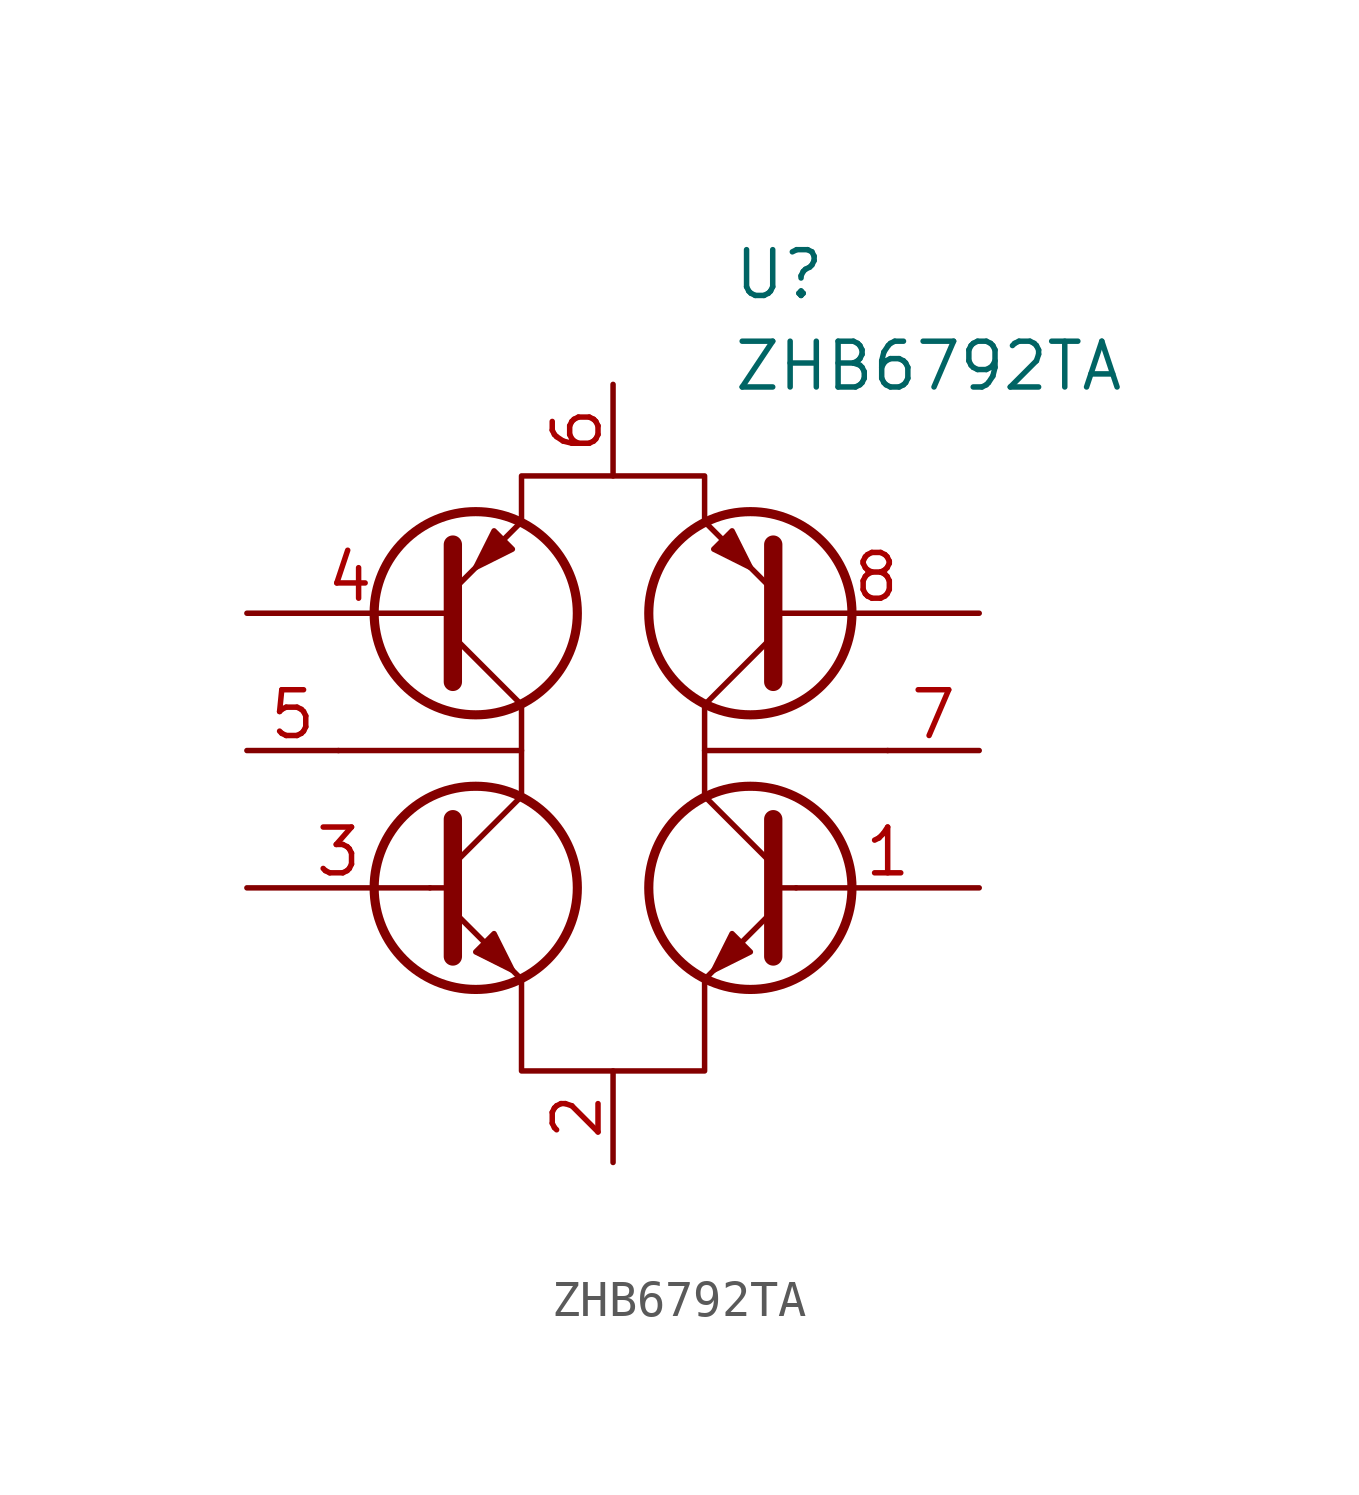
<source format=kicad_sym>
(kicad_symbol_lib
  (version 20231120)
  (generator "kicad_symbol_editor")
  (generator_version "8.0")
  (symbol "ZHB6792TA"
    (pin_names
      (offset 0) hide)
    (property "Reference" "U"
      (at 3.302 13.208 0)
      (effects (font (size 1.27 1.27)) (justify left)))
    (property "Value" "ZHB6792TA"
      (at 3.302 10.668 0)
      (effects (font (size 1.27 1.27)) (justify left)))
    (symbol "ZHB6792TA_0_1"
      (circle (center -3.81 -3.81) (radius 2.819) (stroke (width 0.254) (type default)) (fill (type none)))
      (circle (center -3.81 3.81) (radius 2.819) (stroke (width 0.254) (type default)) (fill (type none)))
      (polyline (pts (xy -7.62 0) (xy -2.54 0)) (stroke (width 0) (type default)) (fill (type none)))
      (polyline (pts (xy -5.08 -3.81) (xy -4.445 -3.81)) (stroke (width 0) (type default)) (fill (type none)))
      (polyline (pts (xy -4.445 -3.175) (xy -2.54 -1.27)) (stroke (width 0) (type default)) (fill (type none)))
      (polyline (pts (xy -4.445 3.175) (xy -2.54 1.27)) (stroke (width 0) (type default)) (fill (type none)))
      (polyline (pts (xy -2.54 1.27) (xy -2.54 -1.27)) (stroke (width 0) (type default)) (fill (type none)))
      (polyline (pts (xy 2.54 1.27) (xy 2.54 -1.27)) (stroke (width 0) (type default)) (fill (type none)))
      (polyline (pts (xy 4.445 -3.175) (xy 2.54 -1.27)) (stroke (width 0) (type default)) (fill (type none)))
      (polyline (pts (xy 4.445 3.175) (xy 2.54 1.27)) (stroke (width 0) (type default)) (fill (type none)))
      (polyline (pts (xy 5.08 -3.81) (xy 4.445 -3.81)) (stroke (width 0) (type default)) (fill (type none)))
      (polyline (pts (xy 7.62 0) (xy 2.54 0)) (stroke (width 0) (type default)) (fill (type none)))
      (polyline (pts (xy -4.445 -4.445) (xy -2.54 -6.35) (xy -2.54 -6.35)) (stroke (width 0) (type default)) (fill (type none)))
      (polyline (pts (xy -4.445 -1.905) (xy -4.445 -5.715) (xy -4.445 -5.715)) (stroke (width 0.508) (type default)) (fill (type none)))
      (polyline (pts (xy -4.445 1.905) (xy -4.445 5.715) (xy -4.445 5.715)) (stroke (width 0.508) (type default)) (fill (type none)))
      (polyline (pts (xy -4.445 4.445) (xy -2.54 6.35) (xy -2.54 6.35)) (stroke (width 0) (type default)) (fill (type none)))
      (polyline (pts (xy 4.445 -4.445) (xy 2.54 -6.35) (xy 2.54 -6.35)) (stroke (width 0) (type default)) (fill (type none)))
      (polyline (pts (xy 4.445 -1.905) (xy 4.445 -5.715) (xy 4.445 -5.715)) (stroke (width 0.508) (type default)) (fill (type none)))
      (polyline (pts (xy 4.445 1.905) (xy 4.445 5.715) (xy 4.445 5.715)) (stroke (width 0.508) (type default)) (fill (type none)))
      (polyline (pts (xy 4.445 4.445) (xy 2.54 6.35) (xy 2.54 6.35)) (stroke (width 0) (type default)) (fill (type none)))
      (polyline (pts (xy -2.54 -6.35) (xy -2.54 -8.89) (xy 2.54 -8.89) (xy 2.54 -6.35)) (stroke (width 0) (type default)) (fill (type none)))
      (polyline (pts (xy -2.54 6.35) (xy -2.54 7.62) (xy 2.54 7.62) (xy 2.54 6.35)) (stroke (width 0) (type default)) (fill (type none)))
      (polyline (pts (xy -3.81 -5.588) (xy -3.302 -5.08) (xy -2.794 -6.096) (xy -3.81 -5.588) (xy -3.81 -5.588)) (stroke (width 0) (type default)) (fill (type outline)))
      (polyline (pts (xy -2.794 5.588) (xy -3.302 6.096) (xy -3.81 5.08) (xy -2.794 5.588) (xy -2.794 5.588)) (stroke (width 0) (type default)) (fill (type outline)))
      (polyline (pts (xy 2.794 5.588) (xy 3.302 6.096) (xy 3.81 5.08) (xy 2.794 5.588) (xy 2.794 5.588)) (stroke (width 0) (type default)) (fill (type outline)))
      (polyline (pts (xy 3.81 -5.588) (xy 3.302 -5.08) (xy 2.794 -6.096) (xy 3.81 -5.588) (xy 3.81 -5.588)) (stroke (width 0) (type default)) (fill (type outline)))
      (circle (center 3.81 -3.81) (radius 2.819) (stroke (width 0.254) (type default)) (fill (type none)))
      (circle (center 3.81 3.81) (radius 2.819) (stroke (width 0.254) (type default)) (fill (type none))))
    (symbol "ZHB6792TA_1_1"
      (pin input line (at 10.16 -3.81 180) (length 5.08) (name "B3" (effects (font (size 1.27 1.27)))) (number "1" (effects (font (size 1.27 1.27)))))
      (pin passive line (at 0 -11.43 90) (length 2.54) (name "E2,_E3" (effects (font (size 1.27 1.27)))) (number "2" (effects (font (size 1.27 1.27)))))
      (pin input line (at -10.16 -3.81 0) (length 5.08) (name "B2" (effects (font (size 1.27 1.27)))) (number "3" (effects (font (size 1.27 1.27)))))
      (pin input line (at -10.16 3.81 0) (length 5.715) (name "B1" (effects (font (size 1.27 1.27)))) (number "4" (effects (font (size 1.27 1.27)))))
      (pin passive line (at -10.16 0 0) (length 2.54) (name "C2,_C1" (effects (font (size 1.27 1.27)))) (number "5" (effects (font (size 1.27 1.27)))))
      (pin passive line (at 0 10.16 270) (length 2.54) (name "E1,_E4" (effects (font (size 1.27 1.27)))) (number "6" (effects (font (size 1.27 1.27)))))
      (pin passive line (at 10.16 0 180) (length 2.54) (name "C3,_C4" (effects (font (size 1.27 1.27)))) (number "7" (effects (font (size 1.27 1.27)))))
      (pin input line (at 10.16 3.81 180) (length 5.715) (name "B4" (effects (font (size 1.27 1.27)))) (number "8" (effects (font (size 1.27 1.27))))))))
</source>
